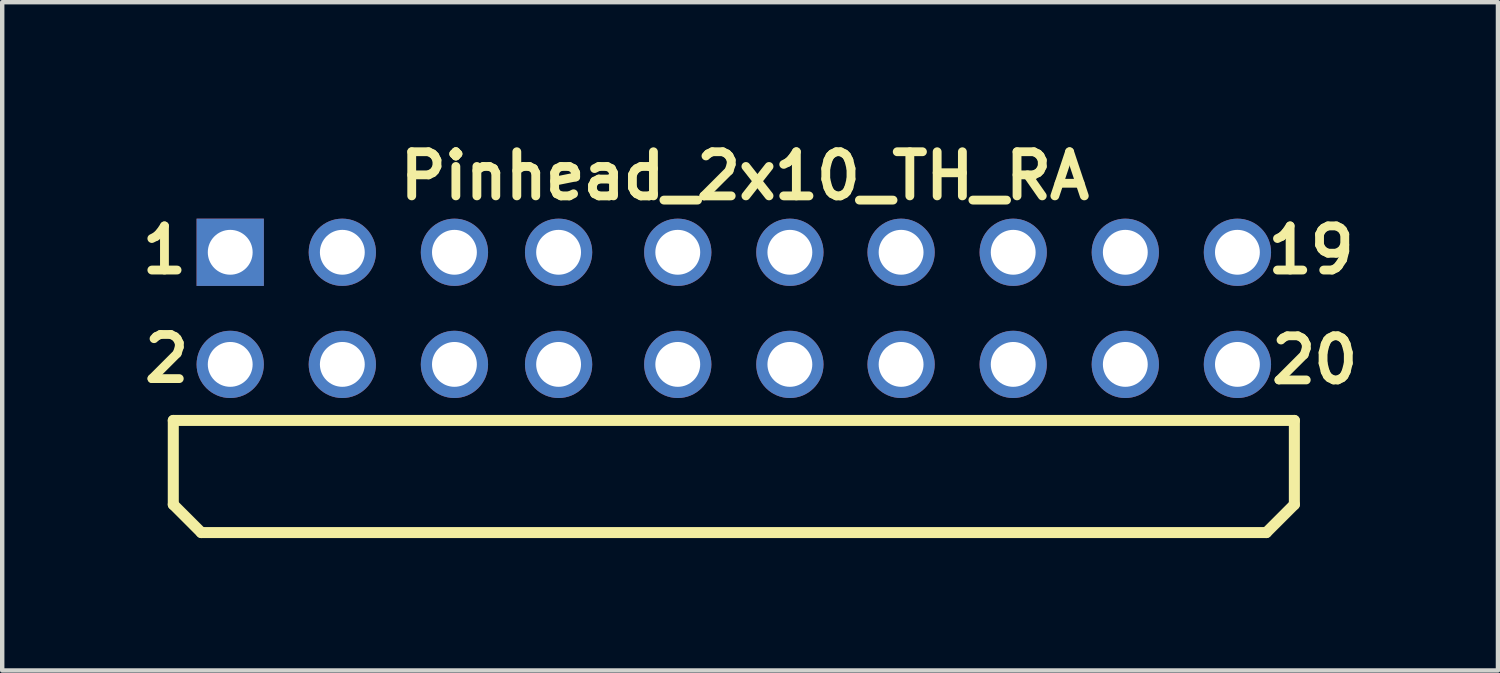
<source format=kicad_pcb>
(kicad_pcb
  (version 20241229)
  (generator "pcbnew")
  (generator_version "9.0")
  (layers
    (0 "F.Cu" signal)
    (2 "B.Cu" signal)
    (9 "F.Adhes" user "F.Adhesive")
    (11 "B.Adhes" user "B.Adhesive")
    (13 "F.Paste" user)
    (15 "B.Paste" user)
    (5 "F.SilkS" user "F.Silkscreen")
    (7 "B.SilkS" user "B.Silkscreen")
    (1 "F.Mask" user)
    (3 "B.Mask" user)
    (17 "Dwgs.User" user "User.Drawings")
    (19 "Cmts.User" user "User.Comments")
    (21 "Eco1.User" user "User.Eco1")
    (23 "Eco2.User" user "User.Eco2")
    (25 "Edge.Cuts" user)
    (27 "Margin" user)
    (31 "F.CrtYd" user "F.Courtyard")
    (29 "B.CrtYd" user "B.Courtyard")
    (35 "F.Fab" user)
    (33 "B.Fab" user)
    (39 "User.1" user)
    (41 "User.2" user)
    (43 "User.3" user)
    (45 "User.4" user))
  (footprint "Pinhead_2x10_TH_RA"
    (layer "F.Cu")
    (at 13.576 3.936)
    (property "Reference" "Pinhead_2x10_TH_RA" (at 0.25 -3 0) (layer "F.SilkS") (effects (font (size 1 1) (thickness 0.2))))
    (attr smd)
    (fp_line (start -12.7 2.54) (end 12.7 2.54) (stroke (width 0.25) (type solid)) (layer "F.SilkS"))
    (fp_line (start -12.7 4.445) (end -12.7 2.54) (stroke (width 0.25) (type solid)) (layer "F.SilkS"))
    (fp_line (start -12.7 4.445) (end -12.065 5.08) (stroke (width 0.25) (type solid)) (layer "F.SilkS"))
    (fp_line (start -12.065 5.08) (end 12.065 5.08) (stroke (width 0.25) (type solid)) (layer "F.SilkS"))
    (fp_line (start 12.7 4.445) (end 12.065 5.08) (stroke (width 0.25) (type solid)) (layer "F.SilkS"))
    (fp_line (start 12.7 4.445) (end 12.7 2.54) (stroke (width 0.25) (type solid)) (layer "F.SilkS"))
    (fp_text user "1" (at -12.9 -1.32 0) (layer "F.SilkS") (effects (font (size 1 1) (thickness 0.2))))
    (fp_text user "19" (at 13.08 -1.32 0) (layer "F.SilkS") (effects (font (size 1 1) (thickness 0.2))))
    (fp_text user "20" (at 13.16 1.17 0) (layer "F.SilkS") (effects (font (size 1 1) (thickness 0.2))))
    (fp_text user "2" (at -12.85 1.14 0) (layer "F.SilkS") (effects (font (size 1 1) (thickness 0.2))))
    (pad "1" thru_hole rect (at -11.41 -1.27) (size 1.524 1.524) (drill 1.016) (layers "*.Cu" "*.Paste" "*.Mask"))
    (pad "2" thru_hole circle (at -11.41 1.27) (size 1.524 1.524) (drill 1.016) (layers "*.Cu" "*.Paste" "*.Mask"))
    (pad "3" thru_hole circle (at -8.87 -1.27) (size 1.524 1.524) (drill 1.016) (layers "*.Cu" "*.Paste" "*.Mask"))
    (pad "4" thru_hole circle (at -8.87 1.27) (size 1.524 1.524) (drill 1.016) (layers "*.Cu" "*.Paste" "*.Mask"))
    (pad "5" thru_hole circle (at -6.33 -1.27) (size 1.524 1.524) (drill 1.016) (layers "*.Cu" "*.Paste" "*.Mask"))
    (pad "6" thru_hole circle (at -6.33 1.27) (size 1.524 1.524) (drill 1.016) (layers "*.Cu" "*.Paste" "*.Mask"))
    (pad "7" thru_hole oval (at -3.97 -1.27) (size 1.524 1.524) (drill 1.016) (layers "*.Cu" "*.Paste" "*.Mask"))
    (pad "8" thru_hole circle (at -3.97 1.27) (size 1.524 1.524) (drill 1.016) (layers "*.Cu" "*.Paste" "*.Mask"))
    (pad "9" thru_hole oval (at -1.27 -1.27) (size 1.524 1.524) (drill 1.016) (layers "*.Cu" "*.Paste" "*.Mask"))
    (pad "10" thru_hole circle (at -1.27 1.27) (size 1.524 1.524) (drill 1.016) (layers "*.Cu" "*.Paste" "*.Mask"))
    (pad "11" thru_hole circle (at 1.27 -1.27) (size 1.524 1.524) (drill 1.016) (layers "*.Cu" "*.Paste" "*.Mask"))
    (pad "12" thru_hole circle (at 1.27 1.27) (size 1.524 1.524) (drill 1.016) (layers "*.Cu" "*.Paste" "*.Mask"))
    (pad "13" thru_hole circle (at 3.79 -1.27) (size 1.524 1.524) (drill 1.016) (layers "*.Cu" "*.Paste" "*.Mask"))
    (pad "14" thru_hole circle (at 3.79 1.27) (size 1.524 1.524) (drill 1.016) (layers "*.Cu" "*.Paste" "*.Mask"))
    (pad "15" thru_hole circle (at 6.33 -1.27) (size 1.524 1.524) (drill 1.016) (layers "*.Cu" "*.Paste" "*.Mask"))
    (pad "16" thru_hole circle (at 6.33 1.27) (size 1.524 1.524) (drill 1.016) (layers "*.Cu" "*.Paste" "*.Mask"))
    (pad "17" thru_hole circle (at 8.87 -1.27) (size 1.524 1.524) (drill 1.016) (layers "*.Cu" "*.Paste" "*.Mask"))
    (pad "18" thru_hole circle (at 8.87 1.27) (size 1.524 1.524) (drill 1.016) (layers "*.Cu" "*.Paste" "*.Mask"))
    (pad "19" thru_hole circle (at 11.41 -1.27) (size 1.524 1.524) (drill 1.016) (layers "*.Cu" "*.Paste" "*.Mask"))
    (pad "20" thru_hole circle (at 11.41 1.27) (size 1.524 1.524) (drill 1.016) (layers "*.Cu" "*.Paste" "*.Mask")))
  (gr_rect
    (start -3 -3)
    (end 30.889 12.141)
    (stroke (width 0.1) (type default))
    (fill no)
    (layer "Edge.Cuts")))
</source>
